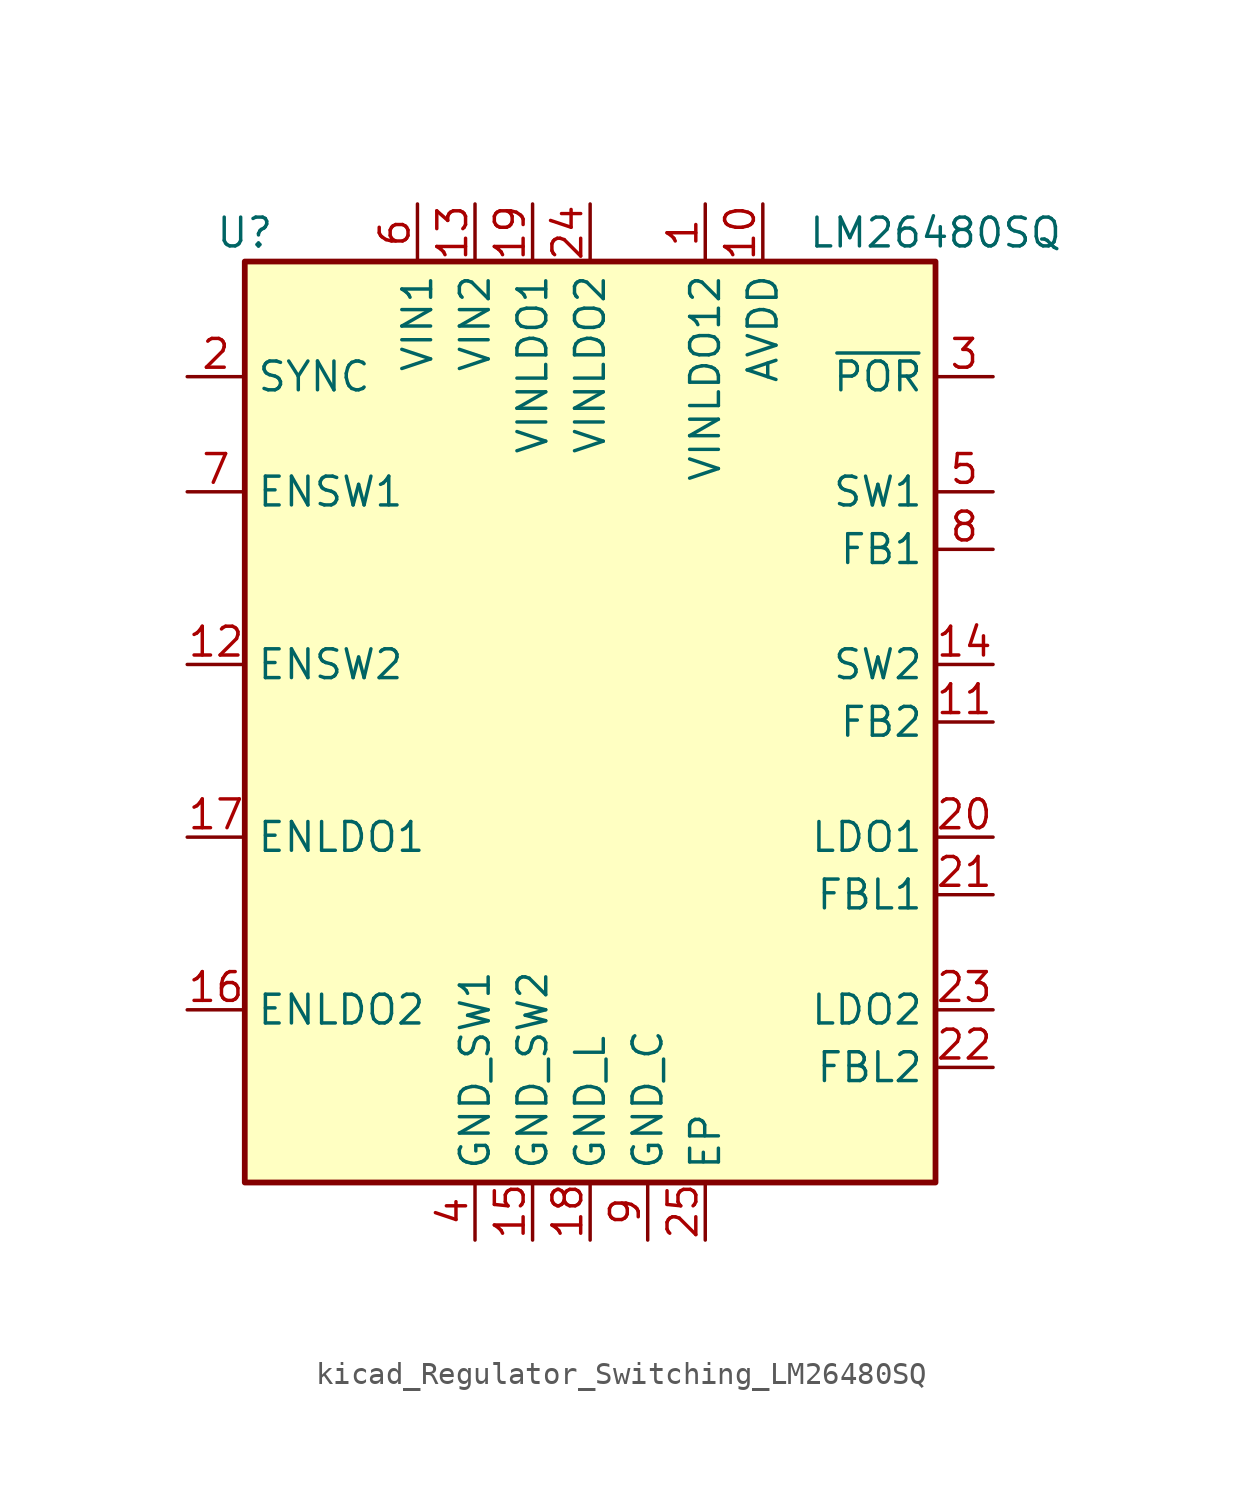
<source format=kicad_sym>
(kicad_symbol_lib
  (version 20220914)
  (generator kicad_symbol_editor)
  (symbol "kicad_Regulator_Switching_LM26480SQ"
    (property "Reference" "U"
      (at -15.24 21.59 0)
      (effects (font (size 1.27 1.27))))
    (property "Value" "LM26480SQ"
      (at 15.24 21.59 0)
      (effects (font (size 1.27 1.27))))
    (symbol "kicad_Regulator_Switching_LM26480SQ_0_1"
      (rectangle (start -15.24 -20.32) (end 15.24 20.32) (stroke (width 0.254) (type default)) (fill (type background))))
    (symbol "kicad_Regulator_Switching_LM26480SQ_1_1"
      (pin power_in line (at 5.08 22.86 270) (length 2.54) (name "VINLDO12" (effects (font (size 1.27 1.27)))) (number "1" (effects (font (size 1.27 1.27)))))
      (pin power_in line (at 7.62 22.86 270) (length 2.54) (name "AVDD" (effects (font (size 1.27 1.27)))) (number "10" (effects (font (size 1.27 1.27)))))
      (pin input line (at 17.78 0 180) (length 2.54) (name "FB2" (effects (font (size 1.27 1.27)))) (number "11" (effects (font (size 1.27 1.27)))))
      (pin input line (at -17.78 2.54 0) (length 2.54) (name "ENSW2" (effects (font (size 1.27 1.27)))) (number "12" (effects (font (size 1.27 1.27)))))
      (pin power_in line (at -5.08 22.86 270) (length 2.54) (name "VIN2" (effects (font (size 1.27 1.27)))) (number "13" (effects (font (size 1.27 1.27)))))
      (pin power_out line (at 17.78 2.54 180) (length 2.54) (name "SW2" (effects (font (size 1.27 1.27)))) (number "14" (effects (font (size 1.27 1.27)))))
      (pin power_in line (at -2.54 -22.86 90) (length 2.54) (name "GND_SW2" (effects (font (size 1.27 1.27)))) (number "15" (effects (font (size 1.27 1.27)))))
      (pin input line (at -17.78 -12.7 0) (length 2.54) (name "ENLDO2" (effects (font (size 1.27 1.27)))) (number "16" (effects (font (size 1.27 1.27)))))
      (pin input line (at -17.78 -5.08 0) (length 2.54) (name "ENLDO1" (effects (font (size 1.27 1.27)))) (number "17" (effects (font (size 1.27 1.27)))))
      (pin power_in line (at 0 -22.86 90) (length 2.54) (name "GND_L" (effects (font (size 1.27 1.27)))) (number "18" (effects (font (size 1.27 1.27)))))
      (pin power_in line (at -2.54 22.86 270) (length 2.54) (name "VINLDO1" (effects (font (size 1.27 1.27)))) (number "19" (effects (font (size 1.27 1.27)))))
      (pin input line (at -17.78 15.24 0) (length 2.54) (name "SYNC" (effects (font (size 1.27 1.27)))) (number "2" (effects (font (size 1.27 1.27)))))
      (pin power_out line (at 17.78 -5.08 180) (length 2.54) (name "LDO1" (effects (font (size 1.27 1.27)))) (number "20" (effects (font (size 1.27 1.27)))))
      (pin input line (at 17.78 -7.62 180) (length 2.54) (name "FBL1" (effects (font (size 1.27 1.27)))) (number "21" (effects (font (size 1.27 1.27)))))
      (pin input line (at 17.78 -15.24 180) (length 2.54) (name "FBL2" (effects (font (size 1.27 1.27)))) (number "22" (effects (font (size 1.27 1.27)))))
      (pin power_out line (at 17.78 -12.7 180) (length 2.54) (name "LDO2" (effects (font (size 1.27 1.27)))) (number "23" (effects (font (size 1.27 1.27)))))
      (pin power_in line (at 0 22.86 270) (length 2.54) (name "VINLDO2" (effects (font (size 1.27 1.27)))) (number "24" (effects (font (size 1.27 1.27)))))
      (pin passive line (at 5.08 -22.86 90) (length 2.54) (name "EP" (effects (font (size 1.27 1.27)))) (number "25" (effects (font (size 1.27 1.27)))))
      (pin open_collector line (at 17.78 15.24 180) (length 2.54) (name "~{POR}" (effects (font (size 1.27 1.27)))) (number "3" (effects (font (size 1.27 1.27)))))
      (pin power_in line (at -5.08 -22.86 90) (length 2.54) (name "GND_SW1" (effects (font (size 1.27 1.27)))) (number "4" (effects (font (size 1.27 1.27)))))
      (pin power_out line (at 17.78 10.16 180) (length 2.54) (name "SW1" (effects (font (size 1.27 1.27)))) (number "5" (effects (font (size 1.27 1.27)))))
      (pin power_in line (at -7.62 22.86 270) (length 2.54) (name "VIN1" (effects (font (size 1.27 1.27)))) (number "6" (effects (font (size 1.27 1.27)))))
      (pin input line (at -17.78 10.16 0) (length 2.54) (name "ENSW1" (effects (font (size 1.27 1.27)))) (number "7" (effects (font (size 1.27 1.27)))))
      (pin input line (at 17.78 7.62 180) (length 2.54) (name "FB1" (effects (font (size 1.27 1.27)))) (number "8" (effects (font (size 1.27 1.27)))))
      (pin power_in line (at 2.54 -22.86 90) (length 2.54) (name "GND_C" (effects (font (size 1.27 1.27)))) (number "9" (effects (font (size 1.27 1.27))))))))
</source>
